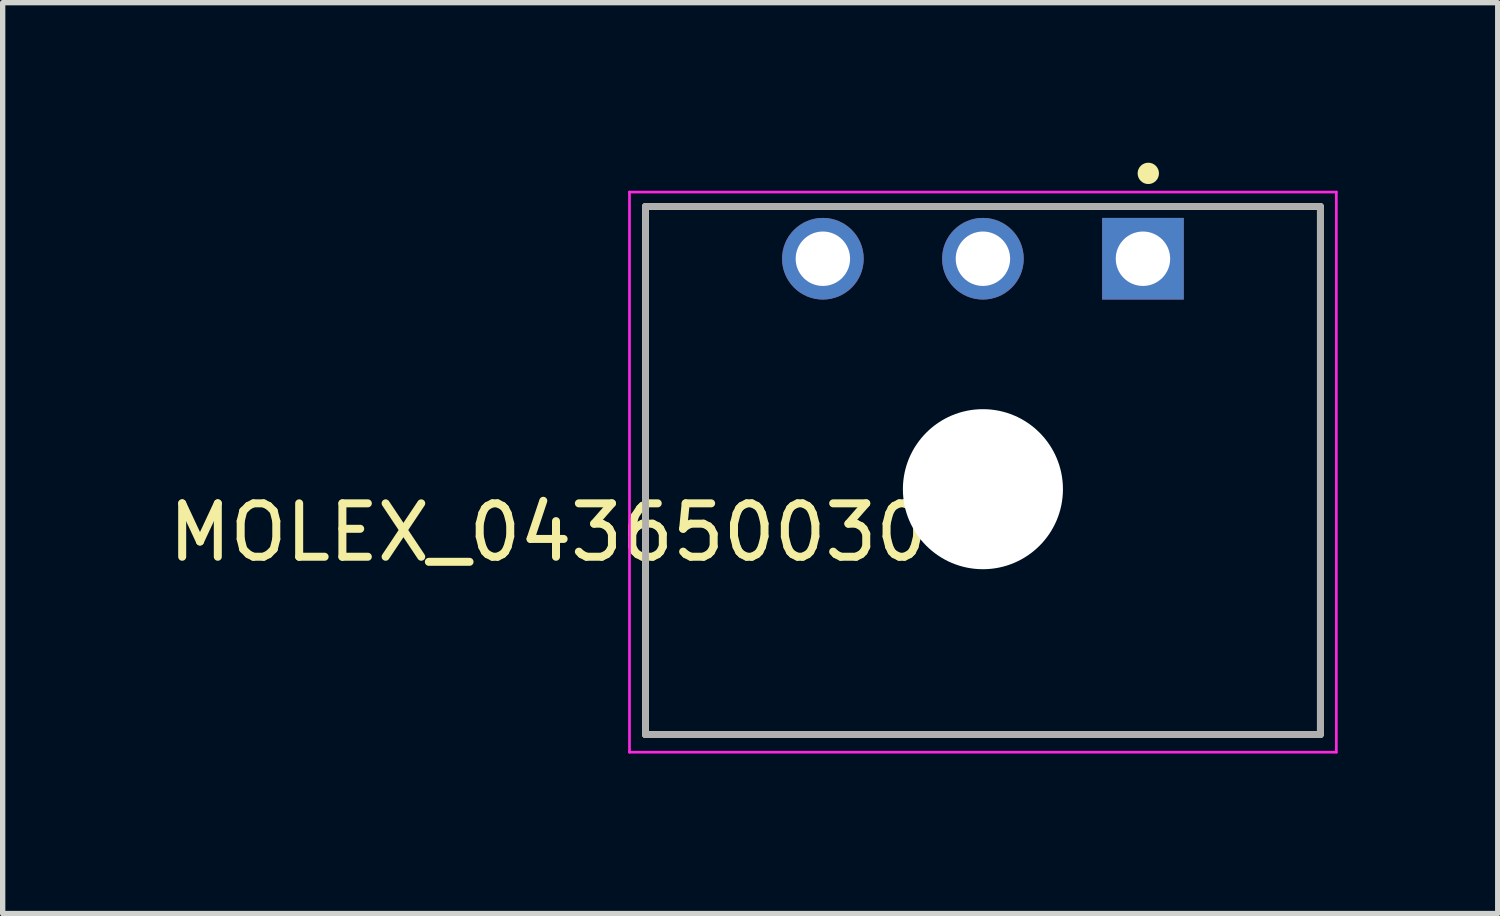
<source format=kicad_pcb>
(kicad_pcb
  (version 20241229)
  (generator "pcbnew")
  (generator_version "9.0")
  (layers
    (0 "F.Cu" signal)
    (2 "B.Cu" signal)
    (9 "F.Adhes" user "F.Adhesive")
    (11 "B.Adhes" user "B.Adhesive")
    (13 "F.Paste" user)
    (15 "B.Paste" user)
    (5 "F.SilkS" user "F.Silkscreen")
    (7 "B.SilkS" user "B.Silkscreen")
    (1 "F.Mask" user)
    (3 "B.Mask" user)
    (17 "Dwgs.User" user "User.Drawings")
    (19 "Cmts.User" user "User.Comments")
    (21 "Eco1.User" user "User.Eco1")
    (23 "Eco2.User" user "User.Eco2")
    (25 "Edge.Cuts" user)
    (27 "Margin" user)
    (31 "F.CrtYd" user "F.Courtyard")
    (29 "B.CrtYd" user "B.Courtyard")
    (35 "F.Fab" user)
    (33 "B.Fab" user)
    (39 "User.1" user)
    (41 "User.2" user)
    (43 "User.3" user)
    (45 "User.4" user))
  (footprint "MOLEX_0436500300"
    (layer "F.Cu")
    (at 15.375 1.8)
    (property "Reference" "MOLEX_0436500300" (at -7.669 5.131 180) (layer "F.SilkS") (effects (font (size 1.001 1.001) (thickness 0.15))))
    (attr through_hole)
    (fp_line (start -6.325 -0.98) (end 6.325 -0.98) (stroke (width 0.127) (type solid)) (layer "F.SilkS"))
    (fp_line (start -6.325 8.92) (end -6.325 -0.98) (stroke (width 0.127) (type solid)) (layer "F.SilkS"))
    (fp_line (start 6.325 -0.98) (end 6.325 8.92) (stroke (width 0.127) (type solid)) (layer "F.SilkS"))
    (fp_line (start 6.325 8.92) (end -6.325 8.92) (stroke (width 0.127) (type solid)) (layer "F.SilkS"))
    (fp_circle (center 3.1 -1.6) (end 3.2 -1.6) (stroke (width 0.2) (type solid)) (fill no) (layer "F.SilkS"))
    (fp_line (start -6.625 -1.25) (end 6.625 -1.25) (stroke (width 0.05) (type solid)) (layer "F.CrtYd"))
    (fp_line (start -6.625 9.25) (end -6.625 -1.25) (stroke (width 0.05) (type solid)) (layer "F.CrtYd"))
    (fp_line (start 6.625 -1.25) (end 6.625 9.25) (stroke (width 0.05) (type solid)) (layer "F.CrtYd"))
    (fp_line (start 6.625 9.25) (end -6.625 9.25) (stroke (width 0.05) (type solid)) (layer "F.CrtYd"))
    (fp_line (start -6.325 -0.98) (end 6.325 -0.98) (stroke (width 0.127) (type solid)) (layer "F.Fab"))
    (fp_line (start -6.325 8.92) (end -6.325 -0.98) (stroke (width 0.127) (type solid)) (layer "F.Fab"))
    (fp_line (start 6.325 -0.98) (end 6.325 8.92) (stroke (width 0.127) (type solid)) (layer "F.Fab"))
    (fp_line (start 6.325 8.92) (end -6.325 8.92) (stroke (width 0.127) (type solid)) (layer "F.Fab"))
    (pad "" np_thru_hole circle (at 0 4.32) (size 3 3) (drill 3) (layers "*.Cu" "*.Mask"))
    (pad "1" thru_hole rect (at 3 0) (size 1.53 1.53) (drill 1.02) (layers "*.Cu" "*.Mask"))
    (pad "2" thru_hole circle (at 0 0) (size 1.53 1.53) (drill 1.02) (layers "*.Cu" "*.Mask"))
    (pad "3" thru_hole circle (at -3 0) (size 1.53 1.53) (drill 1.02) (layers "*.Cu" "*.Mask")))
  (gr_rect
    (start -3 -3)
    (end 25.025 14.075)
    (stroke (width 0.1) (type default))
    (fill no)
    (layer "Edge.Cuts")))
</source>
